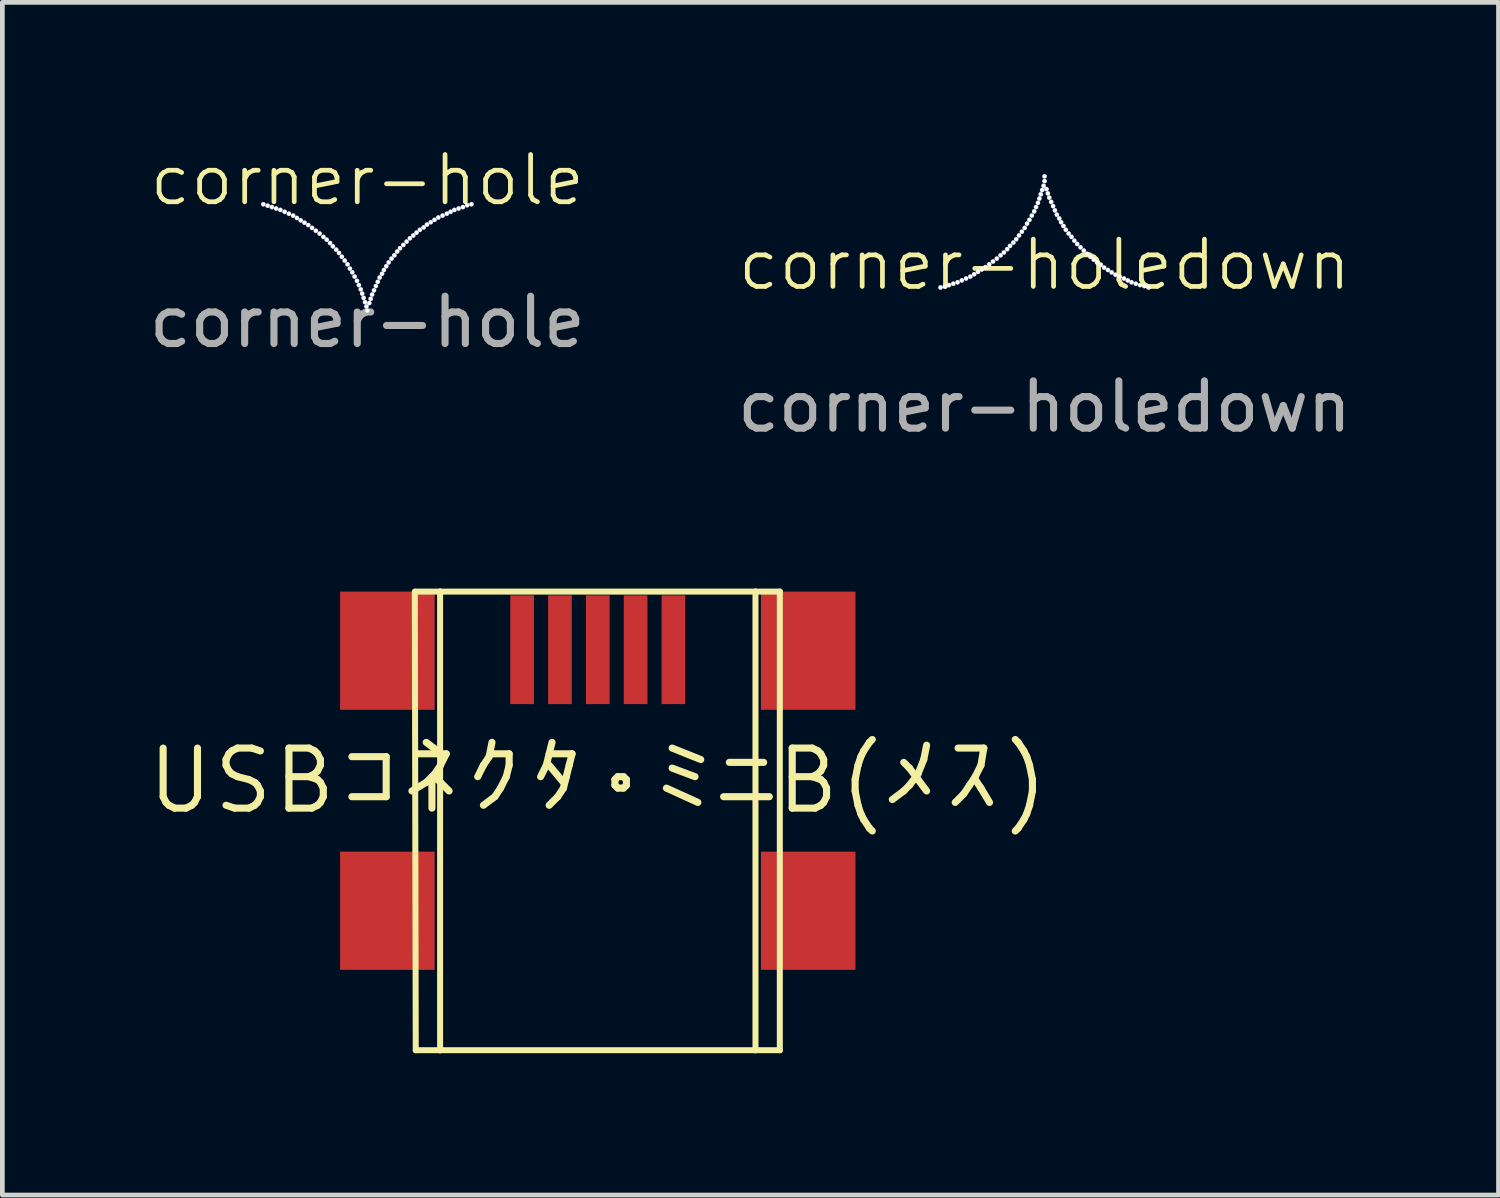
<source format=kicad_pcb>
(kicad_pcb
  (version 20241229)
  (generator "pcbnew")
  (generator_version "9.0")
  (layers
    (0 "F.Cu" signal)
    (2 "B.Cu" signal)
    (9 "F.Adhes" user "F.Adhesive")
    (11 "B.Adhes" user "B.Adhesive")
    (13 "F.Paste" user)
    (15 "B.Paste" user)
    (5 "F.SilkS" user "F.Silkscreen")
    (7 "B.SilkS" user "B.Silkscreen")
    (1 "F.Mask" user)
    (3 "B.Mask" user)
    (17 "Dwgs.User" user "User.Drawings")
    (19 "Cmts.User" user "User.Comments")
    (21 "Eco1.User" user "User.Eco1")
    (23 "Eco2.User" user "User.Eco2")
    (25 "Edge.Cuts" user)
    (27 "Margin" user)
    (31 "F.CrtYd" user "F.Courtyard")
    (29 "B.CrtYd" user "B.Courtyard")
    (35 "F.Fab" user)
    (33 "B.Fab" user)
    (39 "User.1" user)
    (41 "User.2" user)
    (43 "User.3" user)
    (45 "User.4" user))
  (footprint "ＵＳＢコネクタ・ミニＢ(メス)"
    (layer "F.Cu")
    (at 9.593 13.462)
    (property "Reference" "ＵＳＢコネクタ・ミニＢ(メス)" (at 0 0 0) (layer "F.SilkS") (effects (font (size 1.27 1.27) (thickness 0.15))))
    (fp_line (start -3.87 -4) (end -3.85 5.7) (stroke (width 0.127) (type solid)) (layer "F.SilkS"))
    (fp_line (start -3.85 5.7) (end -3.335 5.7) (stroke (width 0.127) (type solid)) (layer "F.SilkS"))
    (fp_line (start -3.335 -4) (end -3.85 -4) (stroke (width 0.127) (type solid)) (layer "F.SilkS"))
    (fp_line (start -3.335 5.7) (end -3.335 -4) (stroke (width 0.127) (type solid)) (layer "F.SilkS"))
    (fp_line (start -3.335 5.7) (end 3.335 5.7) (stroke (width 0.127) (type solid)) (layer "F.SilkS"))
    (fp_line (start 3.335 -4) (end -3.335 -4) (stroke (width 0.127) (type solid)) (layer "F.SilkS"))
    (fp_line (start 3.335 -4) (end 3.335 5.7) (stroke (width 0.127) (type solid)) (layer "F.SilkS"))
    (fp_line (start 3.335 5.7) (end 3.85 5.7) (stroke (width 0.127) (type solid)) (layer "F.SilkS"))
    (fp_line (start 3.85 -4) (end 3.335 -4) (stroke (width 0.127) (type solid)) (layer "F.SilkS"))
    (fp_line (start 3.85 -4) (end 3.85 5.7) (stroke (width 0.127) (type solid)) (layer "F.SilkS"))
    (pad "D+" smd rect (at 0 -2.77 90) (size 2.3 0.5) (layers "F.Cu" "F.Mask" "F.Paste"))
    (pad "D-" smd rect (at -0.8 -2.77 90) (size 2.3 0.5) (layers "F.Cu" "F.Mask" "F.Paste"))
    (pad "GND" smd rect (at 1.6 -2.77 90) (size 2.3 0.5) (layers "F.Cu" "F.Mask" "F.Paste"))
    (pad "ID" smd rect (at 0.8 -2.77 90) (size 2.3 0.5) (layers "F.Cu" "F.Mask" "F.Paste"))
    (pad "P$6" smd rect (at -4.45 -2.75) (size 2 2.5) (layers "F.Cu" "F.Mask" "F.Paste"))
    (pad "P$7" smd rect (at -4.45 2.75) (size 2 2.5) (layers "F.Cu" "F.Mask" "F.Paste"))
    (pad "P$8" smd rect (at 4.45 -2.75) (size 2 2.5) (layers "F.Cu" "F.Mask" "F.Paste"))
    (pad "P$9" smd rect (at 4.45 2.75) (size 2 2.5) (layers "F.Cu" "F.Mask" "F.Paste"))
    (pad "VBUS" smd rect (at -1.6 -2.77 90) (size 2.3 0.5) (layers "F.Cu" "F.Mask" "F.Paste")))
  (footprint "corner-holedown"
    (layer "F.Cu")
    (at 19.042 3.05)
    (property "Reference" "corner-holedown" (at 0 -0.5 0) (unlocked yes) (layer "F.SilkS") (effects (font (size 1 1) (thickness 0.1))))
    (attr through_hole)
    (fp_line (start 3 0) (end -3 0) (stroke (width 0.1) (type default)) (layer "Eco1.User"))
    (fp_arc (start 0 -3) (mid -0.87868 -0.87868) (end -3 0) (stroke (width 0.1) (type default)) (layer "Eco1.User"))
    (fp_arc (start 3 0) (mid 0.87868 -0.87868) (end 0 -3) (stroke (width 0.1) (type default)) (layer "Eco1.User"))
    (fp_text user "${REFERENCE}" (at 0 2.5 0) (unlocked yes) (layer "F.Fab") (effects (font (size 1 1) (thickness 0.15))))
    (pad "" np_thru_hole circle (at -2.2 -0.02) (size 0.1 0.1) (drill 0.09) (layers "*.Cu" "*.Mask"))
    (pad "" np_thru_hole circle (at -2.11 -0.04) (size 0.1 0.1) (drill 0.09) (layers "*.Cu" "*.Mask"))
    (pad "" np_thru_hole circle (at -2.02 -0.07) (size 0.1 0.1) (drill 0.09) (layers "*.Cu" "*.Mask"))
    (pad "" np_thru_hole circle (at -1.93 -0.1) (size 0.1 0.1) (drill 0.09) (layers "*.Cu" "*.Mask"))
    (pad "" np_thru_hole circle (at -1.84 -0.13) (size 0.1 0.1) (drill 0.09) (layers "*.Cu" "*.Mask"))
    (pad "" np_thru_hole circle (at -1.75 -0.17) (size 0.1 0.1) (drill 0.09) (layers "*.Cu" "*.Mask"))
    (pad "" np_thru_hole circle (at -1.66 -0.21) (size 0.1 0.1) (drill 0.09) (layers "*.Cu" "*.Mask"))
    (pad "" np_thru_hole circle (at -1.57 -0.25) (size 0.1 0.1) (drill 0.09) (layers "*.Cu" "*.Mask"))
    (pad "" np_thru_hole circle (at -1.49 -0.3) (size 0.1 0.1) (drill 0.09) (layers "*.Cu" "*.Mask"))
    (pad "" np_thru_hole circle (at -1.41 -0.35) (size 0.1 0.1) (drill 0.09) (layers "*.Cu" "*.Mask"))
    (pad "" np_thru_hole circle (at -1.33 -0.4) (size 0.1 0.1) (drill 0.09) (layers "*.Cu" "*.Mask"))
    (pad "" np_thru_hole circle (at -1.25 -0.45) (size 0.1 0.1) (drill 0.09) (layers "*.Cu" "*.Mask"))
    (pad "" np_thru_hole circle (at -1.17 -0.51) (size 0.1 0.1) (drill 0.09) (layers "*.Cu" "*.Mask"))
    (pad "" np_thru_hole circle (at -1.09 -0.57) (size 0.1 0.1) (drill 0.09) (layers "*.Cu" "*.Mask"))
    (pad "" np_thru_hole circle (at -1.01 -0.63) (size 0.1 0.1) (drill 0.09) (layers "*.Cu" "*.Mask"))
    (pad "" np_thru_hole circle (at -0.93 -0.7) (size 0.1 0.1) (drill 0.09) (layers "*.Cu" "*.Mask"))
    (pad "" np_thru_hole circle (at -0.86 -0.76) (size 0.1 0.1) (drill 0.09) (layers "*.Cu" "*.Mask"))
    (pad "" np_thru_hole circle (at -0.79 -0.83) (size 0.1 0.1) (drill 0.09) (layers "*.Cu" "*.Mask"))
    (pad "" np_thru_hole circle (at -0.73 -0.9) (size 0.1 0.1) (drill 0.09) (layers "*.Cu" "*.Mask"))
    (pad "" np_thru_hole circle (at -0.66 -0.97) (size 0.1 0.1) (drill 0.09) (layers "*.Cu" "*.Mask"))
    (pad "" np_thru_hole circle (at -0.6 -1.04) (size 0.1 0.1) (drill 0.09) (layers "*.Cu" "*.Mask"))
    (pad "" np_thru_hole circle (at -0.54 -1.12) (size 0.1 0.1) (drill 0.09) (layers "*.Cu" "*.Mask"))
    (pad "" np_thru_hole circle (at -0.48 -1.2) (size 0.1 0.1) (drill 0.09) (layers "*.Cu" "*.Mask"))
    (pad "" np_thru_hole circle (at -0.42 -1.28) (size 0.1 0.1) (drill 0.09) (layers "*.Cu" "*.Mask"))
    (pad "" np_thru_hole circle (at -0.37 -1.37) (size 0.1 0.1) (drill 0.09) (layers "*.Cu" "*.Mask"))
    (pad "" np_thru_hole circle (at -0.32 -1.45) (size 0.1 0.1) (drill 0.09) (layers "*.Cu" "*.Mask"))
    (pad "" np_thru_hole circle (at -0.27 -1.54) (size 0.1 0.1) (drill 0.09) (layers "*.Cu" "*.Mask"))
    (pad "" np_thru_hole circle (at -0.22 -1.63) (size 0.1 0.1) (drill 0.09) (layers "*.Cu" "*.Mask"))
    (pad "" np_thru_hole circle (at -0.18 -1.72) (size 0.1 0.1) (drill 0.09) (layers "*.Cu" "*.Mask"))
    (pad "" np_thru_hole circle (at -0.14 -1.81) (size 0.1 0.1) (drill 0.09) (layers "*.Cu" "*.Mask"))
    (pad "" np_thru_hole circle (at -0.11 -1.9) (size 0.1 0.1) (drill 0.09) (layers "*.Cu" "*.Mask"))
    (pad "" np_thru_hole circle (at -0.08 -1.99) (size 0.1 0.1) (drill 0.09) (layers "*.Cu" "*.Mask"))
    (pad "" np_thru_hole circle (at -0.05 -2.08) (size 0.1 0.1) (drill 0.09) (layers "*.Cu" "*.Mask"))
    (pad "" np_thru_hole circle (at -0.02 -2.17) (size 0.1 0.1) (drill 0.09) (layers "*.Cu" "*.Mask"))
    (pad "" np_thru_hole circle (at 0 -2.37) (size 0.1 0.1) (drill 0.09) (layers "*.Cu" "*.Mask"))
    (pad "" np_thru_hole circle (at 0 -2.27) (size 0.1 0.1) (drill 0.09) (layers "*.Cu" "*.Mask"))
    (pad "" np_thru_hole circle (at 0.04 -2.1) (size 0.1 0.1) (drill 0.09) (layers "*.Cu" "*.Mask"))
    (pad "" np_thru_hole circle (at 0.07 -2.01) (size 0.1 0.1) (drill 0.09) (layers "*.Cu" "*.Mask"))
    (pad "" np_thru_hole circle (at 0.1 -1.92) (size 0.1 0.1) (drill 0.09) (layers "*.Cu" "*.Mask"))
    (pad "" np_thru_hole circle (at 0.14 -1.83) (size 0.1 0.1) (drill 0.09) (layers "*.Cu" "*.Mask"))
    (pad "" np_thru_hole circle (at 0.18 -1.74) (size 0.1 0.1) (drill 0.09) (layers "*.Cu" "*.Mask"))
    (pad "" np_thru_hole circle (at 0.22 -1.65) (size 0.1 0.1) (drill 0.09) (layers "*.Cu" "*.Mask"))
    (pad "" np_thru_hole circle (at 0.26 -1.56) (size 0.1 0.1) (drill 0.09) (layers "*.Cu" "*.Mask"))
    (pad "" np_thru_hole circle (at 0.31 -1.48) (size 0.1 0.1) (drill 0.09) (layers "*.Cu" "*.Mask"))
    (pad "" np_thru_hole circle (at 0.35 -1.4) (size 0.1 0.1) (drill 0.09) (layers "*.Cu" "*.Mask"))
    (pad "" np_thru_hole circle (at 0.4 -1.32) (size 0.1 0.1) (drill 0.09) (layers "*.Cu" "*.Mask"))
    (pad "" np_thru_hole circle (at 0.45 -1.24) (size 0.1 0.1) (drill 0.09) (layers "*.Cu" "*.Mask"))
    (pad "" np_thru_hole circle (at 0.51 -1.16) (size 0.1 0.1) (drill 0.09) (layers "*.Cu" "*.Mask"))
    (pad "" np_thru_hole circle (at 0.57 -1.09) (size 0.1 0.1) (drill 0.09) (layers "*.Cu" "*.Mask"))
    (pad "" np_thru_hole circle (at 0.63 -1.01) (size 0.1 0.1) (drill 0.09) (layers "*.Cu" "*.Mask"))
    (pad "" np_thru_hole circle (at 0.69 -0.94) (size 0.1 0.1) (drill 0.09) (layers "*.Cu" "*.Mask"))
    (pad "" np_thru_hole circle (at 0.76 -0.87) (size 0.1 0.1) (drill 0.09) (layers "*.Cu" "*.Mask"))
    (pad "" np_thru_hole circle (at 0.83 -0.8) (size 0.1 0.1) (drill 0.09) (layers "*.Cu" "*.Mask"))
    (pad "" np_thru_hole circle (at 0.9 -0.73) (size 0.1 0.1) (drill 0.09) (layers "*.Cu" "*.Mask"))
    (pad "" np_thru_hole circle (at 0.97 -0.67) (size 0.1 0.1) (drill 0.09) (layers "*.Cu" "*.Mask"))
    (pad "" np_thru_hole circle (at 1.04 -0.61) (size 0.1 0.1) (drill 0.09) (layers "*.Cu" "*.Mask"))
    (pad "" np_thru_hole circle (at 1.11 -0.55) (size 0.1 0.1) (drill 0.09) (layers "*.Cu" "*.Mask"))
    (pad "" np_thru_hole circle (at 1.19 -0.5) (size 0.1 0.1) (drill 0.09) (layers "*.Cu" "*.Mask"))
    (pad "" np_thru_hole circle (at 1.26 -0.44) (size 0.1 0.1) (drill 0.09) (layers "*.Cu" "*.Mask"))
    (pad "" np_thru_hole circle (at 1.34 -0.39) (size 0.1 0.1) (drill 0.09) (layers "*.Cu" "*.Mask"))
    (pad "" np_thru_hole circle (at 1.42 -0.34) (size 0.1 0.1) (drill 0.09) (layers "*.Cu" "*.Mask"))
    (pad "" np_thru_hole circle (at 1.5 -0.29) (size 0.1 0.1) (drill 0.09) (layers "*.Cu" "*.Mask"))
    (pad "" np_thru_hole circle (at 1.59 -0.25) (size 0.1 0.1) (drill 0.09) (layers "*.Cu" "*.Mask"))
    (pad "" np_thru_hole circle (at 1.68 -0.21) (size 0.1 0.1) (drill 0.09) (layers "*.Cu" "*.Mask"))
    (pad "" np_thru_hole circle (at 1.76 -0.17) (size 0.1 0.1) (drill 0.09) (layers "*.Cu" "*.Mask"))
    (pad "" np_thru_hole circle (at 1.84 -0.13) (size 0.1 0.1) (drill 0.09) (layers "*.Cu" "*.Mask"))
    (pad "" np_thru_hole circle (at 1.93 -0.1) (size 0.1 0.1) (drill 0.09) (layers "*.Cu" "*.Mask"))
    (pad "" np_thru_hole circle (at 2.02 -0.07) (size 0.1 0.1) (drill 0.09) (layers "*.Cu" "*.Mask"))
    (pad "" np_thru_hole circle (at 2.11 -0.05) (size 0.1 0.1) (drill 0.09) (layers "*.Cu" "*.Mask"))
    (pad "" np_thru_hole circle (at 2.2 -0.02) (size 0.1 0.1) (drill 0.09) (layers "*.Cu" "*.Mask")))
  (footprint "corner-hole"
    (layer "F.Cu")
    (at 4.72 1.26)
    (property "Reference" "corner-hole" (at 0 -0.5 0) (unlocked yes) (layer "F.SilkS") (effects (font (size 1 1) (thickness 0.1))))
    (attr through_hole)
    (fp_line (start 3 0) (end -3 0) (stroke (width 0.1) (type default)) (layer "Eco1.User"))
    (fp_arc (start -3 0) (mid -0.87868 0.87868) (end 0 3) (stroke (width 0.1) (type default)) (layer "Eco1.User"))
    (fp_arc (start 0 3) (mid 0.87868 0.87868) (end 3 0) (stroke (width 0.1) (type default)) (layer "Eco1.User"))
    (fp_text user "${REFERENCE}" (at 0 2.5 0) (unlocked yes) (layer "F.Fab") (effects (font (size 1 1) (thickness 0.15))))
    (pad "" np_thru_hole circle (at -2.2 0.01) (size 0.1 0.1) (drill 0.09) (layers "*.Cu" "*.Mask"))
    (pad "" np_thru_hole circle (at -2.11 0.04) (size 0.1 0.1) (drill 0.09) (layers "*.Cu" "*.Mask"))
    (pad "" np_thru_hole circle (at -2.02 0.07) (size 0.1 0.1) (drill 0.09) (layers "*.Cu" "*.Mask"))
    (pad "" np_thru_hole circle (at -1.93 0.1) (size 0.1 0.1) (drill 0.09) (layers "*.Cu" "*.Mask"))
    (pad "" np_thru_hole circle (at -1.84 0.13) (size 0.1 0.1) (drill 0.09) (layers "*.Cu" "*.Mask"))
    (pad "" np_thru_hole circle (at -1.75 0.17) (size 0.1 0.1) (drill 0.09) (layers "*.Cu" "*.Mask"))
    (pad "" np_thru_hole circle (at -1.66 0.21) (size 0.1 0.1) (drill 0.09) (layers "*.Cu" "*.Mask"))
    (pad "" np_thru_hole circle (at -1.57 0.25) (size 0.1 0.1) (drill 0.09) (layers "*.Cu" "*.Mask"))
    (pad "" np_thru_hole circle (at -1.49 0.3) (size 0.1 0.1) (drill 0.09) (layers "*.Cu" "*.Mask"))
    (pad "" np_thru_hole circle (at -1.41 0.35) (size 0.1 0.1) (drill 0.09) (layers "*.Cu" "*.Mask"))
    (pad "" np_thru_hole circle (at -1.33 0.4) (size 0.1 0.1) (drill 0.09) (layers "*.Cu" "*.Mask"))
    (pad "" np_thru_hole circle (at -1.25 0.45) (size 0.1 0.1) (drill 0.09) (layers "*.Cu" "*.Mask"))
    (pad "" np_thru_hole circle (at -1.17 0.51) (size 0.1 0.1) (drill 0.09) (layers "*.Cu" "*.Mask"))
    (pad "" np_thru_hole circle (at -1.09 0.57) (size 0.1 0.1) (drill 0.09) (layers "*.Cu" "*.Mask"))
    (pad "" np_thru_hole circle (at -1.01 0.63) (size 0.1 0.1) (drill 0.09) (layers "*.Cu" "*.Mask"))
    (pad "" np_thru_hole circle (at -0.93 0.7) (size 0.1 0.1) (drill 0.09) (layers "*.Cu" "*.Mask"))
    (pad "" np_thru_hole circle (at -0.86 0.76) (size 0.1 0.1) (drill 0.09) (layers "*.Cu" "*.Mask"))
    (pad "" np_thru_hole circle (at -0.79 0.83) (size 0.1 0.1) (drill 0.09) (layers "*.Cu" "*.Mask"))
    (pad "" np_thru_hole circle (at -0.73 0.9) (size 0.1 0.1) (drill 0.09) (layers "*.Cu" "*.Mask"))
    (pad "" np_thru_hole circle (at -0.66 0.97) (size 0.1 0.1) (drill 0.09) (layers "*.Cu" "*.Mask"))
    (pad "" np_thru_hole circle (at -0.6 1.04) (size 0.1 0.1) (drill 0.09) (layers "*.Cu" "*.Mask"))
    (pad "" np_thru_hole circle (at -0.54 1.12) (size 0.1 0.1) (drill 0.09) (layers "*.Cu" "*.Mask"))
    (pad "" np_thru_hole circle (at -0.48 1.2) (size 0.1 0.1) (drill 0.09) (layers "*.Cu" "*.Mask"))
    (pad "" np_thru_hole circle (at -0.42 1.28) (size 0.1 0.1) (drill 0.09) (layers "*.Cu" "*.Mask"))
    (pad "" np_thru_hole circle (at -0.37 1.37) (size 0.1 0.1) (drill 0.09) (layers "*.Cu" "*.Mask"))
    (pad "" np_thru_hole circle (at -0.32 1.45) (size 0.1 0.1) (drill 0.09) (layers "*.Cu" "*.Mask"))
    (pad "" np_thru_hole circle (at -0.27 1.54) (size 0.1 0.1) (drill 0.09) (layers "*.Cu" "*.Mask"))
    (pad "" np_thru_hole circle (at -0.22 1.63) (size 0.1 0.1) (drill 0.09) (layers "*.Cu" "*.Mask"))
    (pad "" np_thru_hole circle (at -0.18 1.72) (size 0.1 0.1) (drill 0.09) (layers "*.Cu" "*.Mask"))
    (pad "" np_thru_hole circle (at -0.14 1.81) (size 0.1 0.1) (drill 0.09) (layers "*.Cu" "*.Mask"))
    (pad "" np_thru_hole circle (at -0.11 1.9) (size 0.1 0.1) (drill 0.09) (layers "*.Cu" "*.Mask"))
    (pad "" np_thru_hole circle (at -0.08 1.99) (size 0.1 0.1) (drill 0.09) (layers "*.Cu" "*.Mask"))
    (pad "" np_thru_hole circle (at -0.05 2.08) (size 0.1 0.1) (drill 0.09) (layers "*.Cu" "*.Mask"))
    (pad "" np_thru_hole circle (at -0.02 2.17) (size 0.1 0.1) (drill 0.09) (layers "*.Cu" "*.Mask"))
    (pad "" np_thru_hole circle (at 0 2.26) (size 0.1 0.1) (drill 0.09) (layers "*.Cu" "*.Mask"))
    (pad "" np_thru_hole circle (at 0.04 2.1) (size 0.1 0.1) (drill 0.09) (layers "*.Cu" "*.Mask"))
    (pad "" np_thru_hole circle (at 0.07 2.01) (size 0.1 0.1) (drill 0.09) (layers "*.Cu" "*.Mask"))
    (pad "" np_thru_hole circle (at 0.1 1.92) (size 0.1 0.1) (drill 0.09) (layers "*.Cu" "*.Mask"))
    (pad "" np_thru_hole circle (at 0.14 1.83) (size 0.1 0.1) (drill 0.09) (layers "*.Cu" "*.Mask"))
    (pad "" np_thru_hole circle (at 0.18 1.74) (size 0.1 0.1) (drill 0.09) (layers "*.Cu" "*.Mask"))
    (pad "" np_thru_hole circle (at 0.22 1.65) (size 0.1 0.1) (drill 0.09) (layers "*.Cu" "*.Mask"))
    (pad "" np_thru_hole circle (at 0.26 1.56) (size 0.1 0.1) (drill 0.09) (layers "*.Cu" "*.Mask"))
    (pad "" np_thru_hole circle (at 0.31 1.48) (size 0.1 0.1) (drill 0.09) (layers "*.Cu" "*.Mask"))
    (pad "" np_thru_hole circle (at 0.35 1.4) (size 0.1 0.1) (drill 0.09) (layers "*.Cu" "*.Mask"))
    (pad "" np_thru_hole circle (at 0.4 1.32) (size 0.1 0.1) (drill 0.09) (layers "*.Cu" "*.Mask"))
    (pad "" np_thru_hole circle (at 0.45 1.24) (size 0.1 0.1) (drill 0.09) (layers "*.Cu" "*.Mask"))
    (pad "" np_thru_hole circle (at 0.51 1.16) (size 0.1 0.1) (drill 0.09) (layers "*.Cu" "*.Mask"))
    (pad "" np_thru_hole circle (at 0.57 1.09) (size 0.1 0.1) (drill 0.09) (layers "*.Cu" "*.Mask"))
    (pad "" np_thru_hole circle (at 0.63 1.01) (size 0.1 0.1) (drill 0.09) (layers "*.Cu" "*.Mask"))
    (pad "" np_thru_hole circle (at 0.69 0.94) (size 0.1 0.1) (drill 0.09) (layers "*.Cu" "*.Mask"))
    (pad "" np_thru_hole circle (at 0.76 0.87) (size 0.1 0.1) (drill 0.09) (layers "*.Cu" "*.Mask"))
    (pad "" np_thru_hole circle (at 0.83 0.8) (size 0.1 0.1) (drill 0.09) (layers "*.Cu" "*.Mask"))
    (pad "" np_thru_hole circle (at 0.9 0.73) (size 0.1 0.1) (drill 0.09) (layers "*.Cu" "*.Mask"))
    (pad "" np_thru_hole circle (at 0.97 0.67) (size 0.1 0.1) (drill 0.09) (layers "*.Cu" "*.Mask"))
    (pad "" np_thru_hole circle (at 1.04 0.61) (size 0.1 0.1) (drill 0.09) (layers "*.Cu" "*.Mask"))
    (pad "" np_thru_hole circle (at 1.11 0.55) (size 0.1 0.1) (drill 0.09) (layers "*.Cu" "*.Mask"))
    (pad "" np_thru_hole circle (at 1.19 0.5) (size 0.1 0.1) (drill 0.09) (layers "*.Cu" "*.Mask"))
    (pad "" np_thru_hole circle (at 1.26 0.44) (size 0.1 0.1) (drill 0.09) (layers "*.Cu" "*.Mask"))
    (pad "" np_thru_hole circle (at 1.34 0.39) (size 0.1 0.1) (drill 0.09) (layers "*.Cu" "*.Mask"))
    (pad "" np_thru_hole circle (at 1.42 0.34) (size 0.1 0.1) (drill 0.09) (layers "*.Cu" "*.Mask"))
    (pad "" np_thru_hole circle (at 1.5 0.29) (size 0.1 0.1) (drill 0.09) (layers "*.Cu" "*.Mask"))
    (pad "" np_thru_hole circle (at 1.59 0.25) (size 0.1 0.1) (drill 0.09) (layers "*.Cu" "*.Mask"))
    (pad "" np_thru_hole circle (at 1.68 0.21) (size 0.1 0.1) (drill 0.09) (layers "*.Cu" "*.Mask"))
    (pad "" np_thru_hole circle (at 1.76 0.17) (size 0.1 0.1) (drill 0.09) (layers "*.Cu" "*.Mask"))
    (pad "" np_thru_hole circle (at 1.84 0.13) (size 0.1 0.1) (drill 0.09) (layers "*.Cu" "*.Mask"))
    (pad "" np_thru_hole circle (at 1.93 0.1) (size 0.1 0.1) (drill 0.09) (layers "*.Cu" "*.Mask"))
    (pad "" np_thru_hole circle (at 2.02 0.07) (size 0.1 0.1) (drill 0.09) (layers "*.Cu" "*.Mask"))
    (pad "" np_thru_hole circle (at 2.11 0.03) (size 0.1 0.1) (drill 0.09) (layers "*.Cu" "*.Mask"))
    (pad "" np_thru_hole circle (at 2.2 0.01) (size 0.1 0.1) (drill 0.09) (layers "*.Cu" "*.Mask")))
  (gr_rect
    (start -3 -3)
    (end 28.643 22.225)
    (stroke (width 0.1) (type default))
    (fill no)
    (layer "Edge.Cuts")))
</source>
